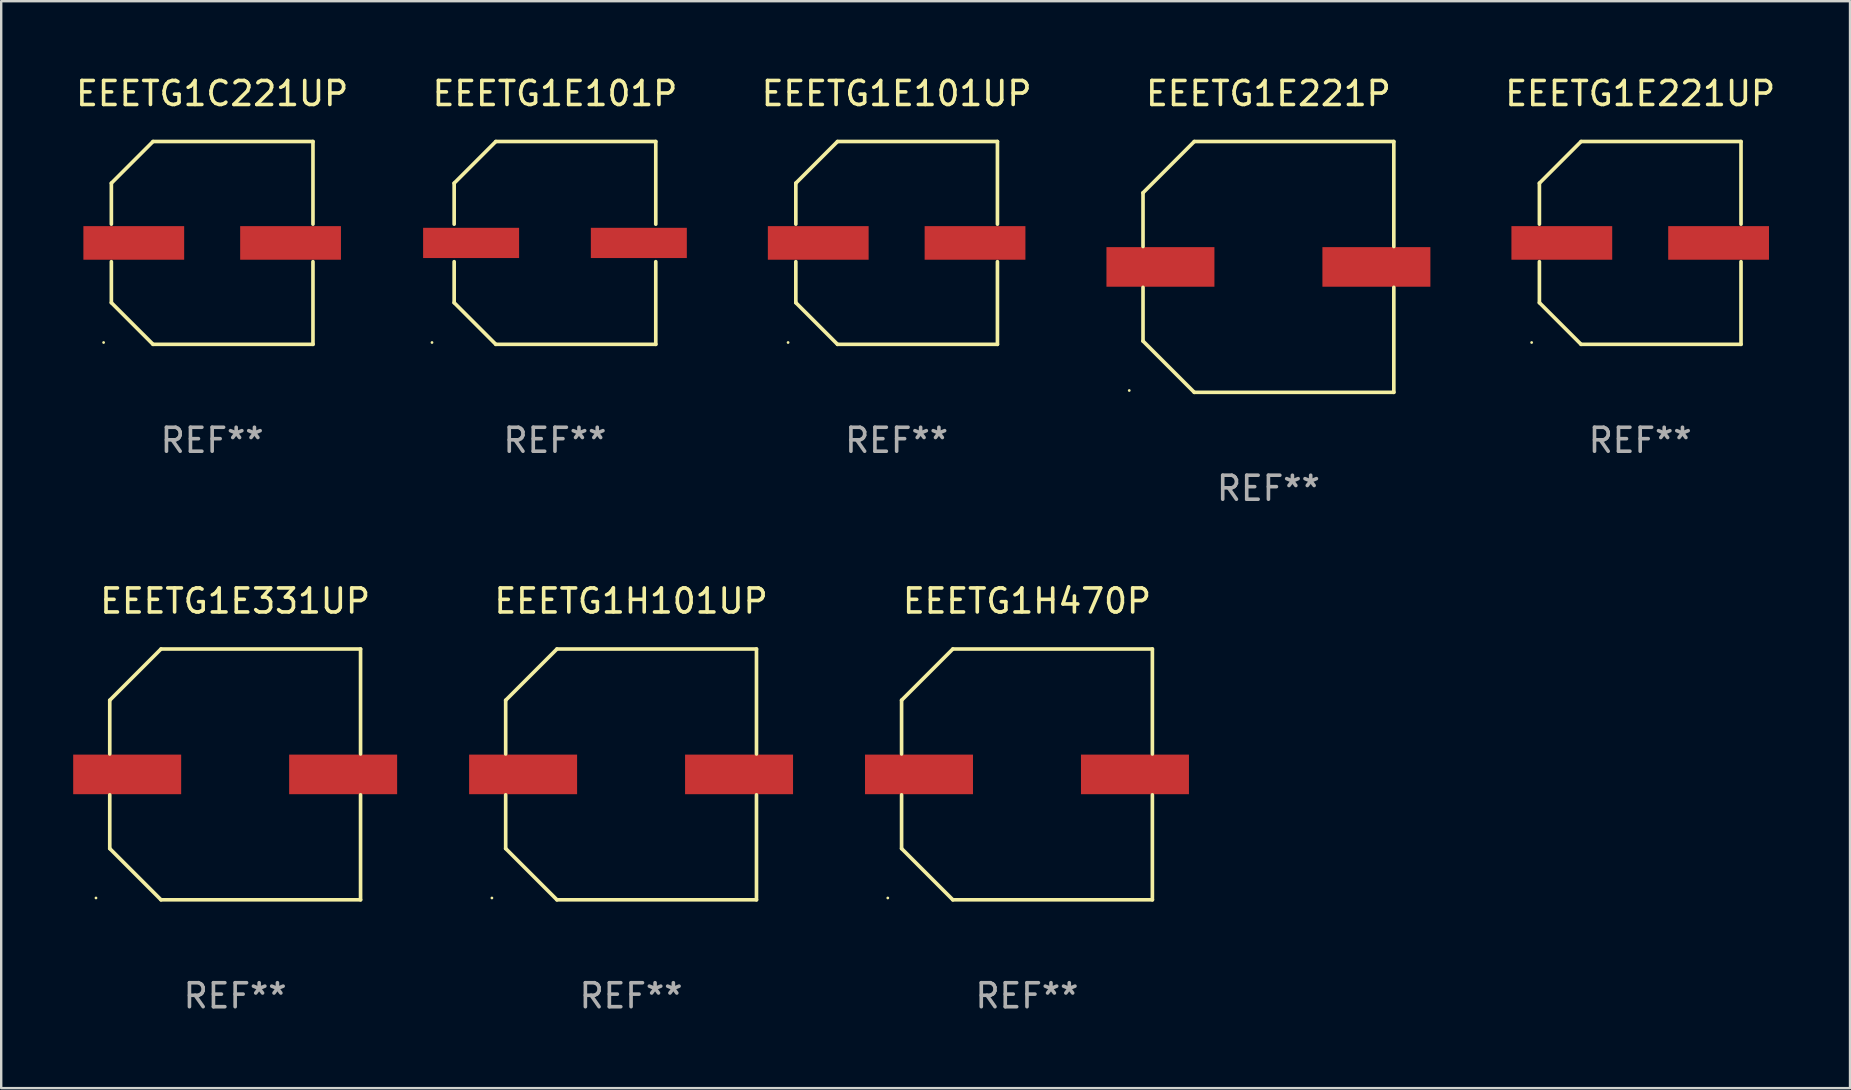
<source format=kicad_pcb>
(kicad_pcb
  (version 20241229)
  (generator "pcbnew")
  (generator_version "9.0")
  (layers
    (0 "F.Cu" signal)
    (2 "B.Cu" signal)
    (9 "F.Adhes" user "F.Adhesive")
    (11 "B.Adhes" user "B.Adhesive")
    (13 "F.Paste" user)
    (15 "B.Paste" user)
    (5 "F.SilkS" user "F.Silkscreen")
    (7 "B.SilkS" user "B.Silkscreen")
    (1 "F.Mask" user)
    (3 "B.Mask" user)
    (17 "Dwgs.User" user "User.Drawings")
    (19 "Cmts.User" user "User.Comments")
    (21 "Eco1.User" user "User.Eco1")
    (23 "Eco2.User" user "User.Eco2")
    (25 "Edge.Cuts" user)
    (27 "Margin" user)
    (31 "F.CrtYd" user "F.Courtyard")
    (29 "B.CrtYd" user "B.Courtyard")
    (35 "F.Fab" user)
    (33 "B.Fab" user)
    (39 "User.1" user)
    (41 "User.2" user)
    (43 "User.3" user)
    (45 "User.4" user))
  (footprint "EEETG1E331UP"
    (layer "F.Cu")
    (at 6.75 29.223)
    (property "Reference" "EEETG1E331UP" (at 0 -7.226 0) (layer "F.SilkS") (effects (font (size 1 1) (thickness 0.15))))
    (attr through_hole)
    (fp_line (start -5.226 -3.09) (end -5.226 -0.852) (stroke (width 0.152) (type solid)) (layer "F.SilkS"))
    (fp_line (start -5.226 3.09) (end -5.226 0.852) (stroke (width 0.152) (type solid)) (layer "F.SilkS"))
    (fp_line (start -3.09 -5.226) (end -5.226 -3.09) (stroke (width 0.152) (type solid)) (layer "F.SilkS"))
    (fp_line (start -3.09 5.226) (end -5.226 3.09) (stroke (width 0.152) (type solid)) (layer "F.SilkS"))
    (fp_line (start 5.226 -5.226) (end -3.09 -5.226) (stroke (width 0.152) (type solid)) (layer "F.SilkS"))
    (fp_line (start 5.226 -0.852) (end 5.226 -5.226) (stroke (width 0.152) (type solid)) (layer "F.SilkS"))
    (fp_line (start 5.226 0.852) (end 5.226 5.226) (stroke (width 0.152) (type solid)) (layer "F.SilkS"))
    (fp_line (start 5.226 5.226) (end -3.09 5.226) (stroke (width 0.152) (type solid)) (layer "F.SilkS"))
    (fp_circle (center -5.8 5.15) (end -5.77 5.15) (stroke (width 0.06) (type solid)) (fill no) (layer "F.SilkS"))
    (fp_text user "REF**" (at 0 9.226 0) (layer "F.Fab") (effects (font (size 1 1) (thickness 0.15))))
    (pad "1" smd rect (at -4.5 0) (size 4.5 1.65) (layers "F.Cu" "F.Mask" "F.Paste"))
    (pad "2" smd rect (at 4.5 0) (size 4.5 1.65) (layers "F.Cu" "F.Mask" "F.Paste")))
  (footprint "EEETG1H470P"
    (layer "F.Cu")
    (at 39.749 29.223)
    (property "Reference" "EEETG1H470P" (at 0 -7.226 0) (layer "F.SilkS") (effects (font (size 1 1) (thickness 0.15))))
    (attr through_hole)
    (fp_line (start -5.226 -3.09) (end -5.226 -0.852) (stroke (width 0.152) (type solid)) (layer "F.SilkS"))
    (fp_line (start -5.226 3.09) (end -5.226 0.852) (stroke (width 0.152) (type solid)) (layer "F.SilkS"))
    (fp_line (start -3.09 -5.226) (end -5.226 -3.09) (stroke (width 0.152) (type solid)) (layer "F.SilkS"))
    (fp_line (start -3.09 5.226) (end -5.226 3.09) (stroke (width 0.152) (type solid)) (layer "F.SilkS"))
    (fp_line (start 5.226 -5.226) (end -3.09 -5.226) (stroke (width 0.152) (type solid)) (layer "F.SilkS"))
    (fp_line (start 5.226 -0.852) (end 5.226 -5.226) (stroke (width 0.152) (type solid)) (layer "F.SilkS"))
    (fp_line (start 5.226 0.852) (end 5.226 5.226) (stroke (width 0.152) (type solid)) (layer "F.SilkS"))
    (fp_line (start 5.226 5.226) (end -3.09 5.226) (stroke (width 0.152) (type solid)) (layer "F.SilkS"))
    (fp_circle (center -5.8 5.15) (end -5.77 5.15) (stroke (width 0.06) (type solid)) (fill no) (layer "F.SilkS"))
    (fp_text user "REF**" (at 0 9.226 0) (layer "F.Fab") (effects (font (size 1 1) (thickness 0.15))))
    (pad "1" smd rect (at -4.5 0) (size 4.5 1.65) (layers "F.Cu" "F.Mask" "F.Paste"))
    (pad "2" smd rect (at 4.5 0) (size 4.5 1.65) (layers "F.Cu" "F.Mask" "F.Paste")))
  (footprint "EEETG1E221UP"
    (layer "F.Cu")
    (at 65.305 7.074)
    (property "Reference" "EEETG1E221UP" (at 0 -6.226 0) (layer "F.SilkS") (effects (font (size 1 1) (thickness 0.15))))
    (attr through_hole)
    (fp_line (start -4.201 -2.49) (end -4.201 -0.782) (stroke (width 0.152) (type solid)) (layer "F.SilkS"))
    (fp_line (start -4.201 2.49) (end -4.201 0.782) (stroke (width 0.152) (type solid)) (layer "F.SilkS"))
    (fp_line (start -2.465 -4.226) (end -4.201 -2.49) (stroke (width 0.152) (type solid)) (layer "F.SilkS"))
    (fp_line (start -2.465 4.226) (end -4.201 2.49) (stroke (width 0.152) (type solid)) (layer "F.SilkS"))
    (fp_line (start 4.201 -4.226) (end -2.465 -4.226) (stroke (width 0.152) (type solid)) (layer "F.SilkS"))
    (fp_line (start 4.201 -0.782) (end 4.201 -4.226) (stroke (width 0.152) (type solid)) (layer "F.SilkS"))
    (fp_line (start 4.201 0.782) (end 4.201 4.226) (stroke (width 0.152) (type solid)) (layer "F.SilkS"))
    (fp_line (start 4.201 4.226) (end -2.465 4.226) (stroke (width 0.152) (type solid)) (layer "F.SilkS"))
    (fp_circle (center -4.524 4.15) (end -4.494 4.15) (stroke (width 0.06) (type solid)) (fill no) (layer "F.SilkS"))
    (fp_text user "REF**" (at 0 8.226 0) (layer "F.Fab") (effects (font (size 1 1) (thickness 0.15))))
    (pad "1" smd rect (at -3.267 0) (size 4.2 1.4) (layers "F.Cu" "F.Mask" "F.Paste"))
    (pad "2" smd rect (at 3.267 0) (size 4.2 1.4) (layers "F.Cu" "F.Mask" "F.Paste")))
  (footprint "EEETG1C221UP"
    (layer "F.Cu")
    (at 5.792 7.074)
    (property "Reference" "EEETG1C221UP" (at 0 -6.226 0) (layer "F.SilkS") (effects (font (size 1 1) (thickness 0.15))))
    (attr through_hole)
    (fp_line (start -4.201 -2.49) (end -4.201 -0.782) (stroke (width 0.152) (type solid)) (layer "F.SilkS"))
    (fp_line (start -4.201 2.49) (end -4.201 0.782) (stroke (width 0.152) (type solid)) (layer "F.SilkS"))
    (fp_line (start -2.465 -4.226) (end -4.201 -2.49) (stroke (width 0.152) (type solid)) (layer "F.SilkS"))
    (fp_line (start -2.465 4.226) (end -4.201 2.49) (stroke (width 0.152) (type solid)) (layer "F.SilkS"))
    (fp_line (start 4.201 -4.226) (end -2.465 -4.226) (stroke (width 0.152) (type solid)) (layer "F.SilkS"))
    (fp_line (start 4.201 -0.782) (end 4.201 -4.226) (stroke (width 0.152) (type solid)) (layer "F.SilkS"))
    (fp_line (start 4.201 0.782) (end 4.201 4.226) (stroke (width 0.152) (type solid)) (layer "F.SilkS"))
    (fp_line (start 4.201 4.226) (end -2.465 4.226) (stroke (width 0.152) (type solid)) (layer "F.SilkS"))
    (fp_circle (center -4.524 4.15) (end -4.494 4.15) (stroke (width 0.06) (type solid)) (fill no) (layer "F.SilkS"))
    (fp_text user "REF**" (at 0 8.226 0) (layer "F.Fab") (effects (font (size 1 1) (thickness 0.15))))
    (pad "1" smd rect (at -3.267 0) (size 4.2 1.4) (layers "F.Cu" "F.Mask" "F.Paste"))
    (pad "2" smd rect (at 3.267 0) (size 4.2 1.4) (layers "F.Cu" "F.Mask" "F.Paste")))
  (footprint "EEETG1E101P"
    (layer "F.Cu")
    (at 20.078 7.074)
    (property "Reference" "EEETG1E101P" (at 0 -6.226 0) (layer "F.SilkS") (effects (font (size 1 1) (thickness 0.15))))
    (attr through_hole)
    (fp_line (start -4.201 -2.49) (end -4.201 -0.782) (stroke (width 0.152) (type solid)) (layer "F.SilkS"))
    (fp_line (start -4.201 2.49) (end -4.201 0.782) (stroke (width 0.152) (type solid)) (layer "F.SilkS"))
    (fp_line (start -2.465 -4.226) (end -4.201 -2.49) (stroke (width 0.152) (type solid)) (layer "F.SilkS"))
    (fp_line (start -2.465 4.226) (end -4.201 2.49) (stroke (width 0.152) (type solid)) (layer "F.SilkS"))
    (fp_line (start 4.201 -4.226) (end -2.465 -4.226) (stroke (width 0.152) (type solid)) (layer "F.SilkS"))
    (fp_line (start 4.201 -0.782) (end 4.201 -4.226) (stroke (width 0.152) (type solid)) (layer "F.SilkS"))
    (fp_line (start 4.201 0.782) (end 4.201 4.226) (stroke (width 0.152) (type solid)) (layer "F.SilkS"))
    (fp_line (start 4.201 4.226) (end -2.465 4.226) (stroke (width 0.152) (type solid)) (layer "F.SilkS"))
    (fp_circle (center -5.125 4.15) (end -5.095 4.15) (stroke (width 0.06) (type solid)) (fill no) (layer "F.SilkS"))
    (fp_text user "REF**" (at 0 8.226 0) (layer "F.Fab") (effects (font (size 1 1) (thickness 0.15))))
    (pad "1" smd rect (at -3.495 0.000025) (size 4 1.26) (layers "F.Cu" "F.Mask" "F.Paste"))
    (pad "2" smd rect (at 3.495 0.000025) (size 4 1.26) (layers "F.Cu" "F.Mask" "F.Paste")))
  (footprint "EEETG1H101UP"
    (layer "F.Cu")
    (at 23.25 29.223)
    (property "Reference" "EEETG1H101UP" (at 0 -7.226 0) (layer "F.SilkS") (effects (font (size 1 1) (thickness 0.15))))
    (attr through_hole)
    (fp_line (start -5.226 -3.09) (end -5.226 -0.852) (stroke (width 0.152) (type solid)) (layer "F.SilkS"))
    (fp_line (start -5.226 3.09) (end -5.226 0.852) (stroke (width 0.152) (type solid)) (layer "F.SilkS"))
    (fp_line (start -3.09 -5.226) (end -5.226 -3.09) (stroke (width 0.152) (type solid)) (layer "F.SilkS"))
    (fp_line (start -3.09 5.226) (end -5.226 3.09) (stroke (width 0.152) (type solid)) (layer "F.SilkS"))
    (fp_line (start 5.226 -5.226) (end -3.09 -5.226) (stroke (width 0.152) (type solid)) (layer "F.SilkS"))
    (fp_line (start 5.226 -0.852) (end 5.226 -5.226) (stroke (width 0.152) (type solid)) (layer "F.SilkS"))
    (fp_line (start 5.226 0.852) (end 5.226 5.226) (stroke (width 0.152) (type solid)) (layer "F.SilkS"))
    (fp_line (start 5.226 5.226) (end -3.09 5.226) (stroke (width 0.152) (type solid)) (layer "F.SilkS"))
    (fp_circle (center -5.8 5.15) (end -5.77 5.15) (stroke (width 0.06) (type solid)) (fill no) (layer "F.SilkS"))
    (fp_text user "REF**" (at 0 9.226 0) (layer "F.Fab") (effects (font (size 1 1) (thickness 0.15))))
    (pad "1" smd rect (at -4.5 0) (size 4.5 1.65) (layers "F.Cu" "F.Mask" "F.Paste"))
    (pad "2" smd rect (at 4.5 0) (size 4.5 1.65) (layers "F.Cu" "F.Mask" "F.Paste")))
  (footprint "EEETG1E221P"
    (layer "F.Cu")
    (at 49.811 8.074)
    (property "Reference" "EEETG1E221P" (at 0 -7.226 0) (layer "F.SilkS") (effects (font (size 1 1) (thickness 0.15))))
    (attr through_hole)
    (fp_line (start -5.226 -3.09) (end -5.226 -0.852) (stroke (width 0.152) (type solid)) (layer "F.SilkS"))
    (fp_line (start -5.226 3.09) (end -5.226 0.852) (stroke (width 0.152) (type solid)) (layer "F.SilkS"))
    (fp_line (start -3.09 -5.226) (end -5.226 -3.09) (stroke (width 0.152) (type solid)) (layer "F.SilkS"))
    (fp_line (start -3.09 5.226) (end -5.226 3.09) (stroke (width 0.152) (type solid)) (layer "F.SilkS"))
    (fp_line (start 5.226 -5.226) (end -3.09 -5.226) (stroke (width 0.152) (type solid)) (layer "F.SilkS"))
    (fp_line (start 5.226 -0.852) (end 5.226 -5.226) (stroke (width 0.152) (type solid)) (layer "F.SilkS"))
    (fp_line (start 5.226 0.852) (end 5.226 5.226) (stroke (width 0.152) (type solid)) (layer "F.SilkS"))
    (fp_line (start 5.226 5.226) (end -3.09 5.226) (stroke (width 0.152) (type solid)) (layer "F.SilkS"))
    (fp_circle (center -5.8 5.15) (end -5.77 5.15) (stroke (width 0.06) (type solid)) (fill no) (layer "F.SilkS"))
    (fp_text user "REF**" (at 0 9.226 0) (layer "F.Fab") (effects (font (size 1 1) (thickness 0.15))))
    (pad "1" smd rect (at -4.5 0) (size 4.5 1.65) (layers "F.Cu" "F.Mask" "F.Paste"))
    (pad "2" smd rect (at 4.5 0) (size 4.5 1.65) (layers "F.Cu" "F.Mask" "F.Paste")))
  (footprint "EEETG1E101UP"
    (layer "F.Cu")
    (at 34.317 7.074)
    (property "Reference" "EEETG1E101UP" (at 0 -6.226 0) (layer "F.SilkS") (effects (font (size 1 1) (thickness 0.15))))
    (attr through_hole)
    (fp_line (start -4.201 -2.49) (end -4.201 -0.782) (stroke (width 0.152) (type solid)) (layer "F.SilkS"))
    (fp_line (start -4.201 2.49) (end -4.201 0.782) (stroke (width 0.152) (type solid)) (layer "F.SilkS"))
    (fp_line (start -2.465 -4.226) (end -4.201 -2.49) (stroke (width 0.152) (type solid)) (layer "F.SilkS"))
    (fp_line (start -2.465 4.226) (end -4.201 2.49) (stroke (width 0.152) (type solid)) (layer "F.SilkS"))
    (fp_line (start 4.201 -4.226) (end -2.465 -4.226) (stroke (width 0.152) (type solid)) (layer "F.SilkS"))
    (fp_line (start 4.201 -0.782) (end 4.201 -4.226) (stroke (width 0.152) (type solid)) (layer "F.SilkS"))
    (fp_line (start 4.201 0.782) (end 4.201 4.226) (stroke (width 0.152) (type solid)) (layer "F.SilkS"))
    (fp_line (start 4.201 4.226) (end -2.465 4.226) (stroke (width 0.152) (type solid)) (layer "F.SilkS"))
    (fp_circle (center -4.524 4.15) (end -4.494 4.15) (stroke (width 0.06) (type solid)) (fill no) (layer "F.SilkS"))
    (fp_text user "REF**" (at 0 8.226 0) (layer "F.Fab") (effects (font (size 1 1) (thickness 0.15))))
    (pad "1" smd rect (at -3.267 0) (size 4.2 1.4) (layers "F.Cu" "F.Mask" "F.Paste"))
    (pad "2" smd rect (at 3.267 0) (size 4.2 1.4) (layers "F.Cu" "F.Mask" "F.Paste")))
  (gr_rect
    (start -3 -3)
    (end 74.049 42.298)
    (stroke (width 0.1) (type default))
    (fill no)
    (layer "Edge.Cuts")))
</source>
